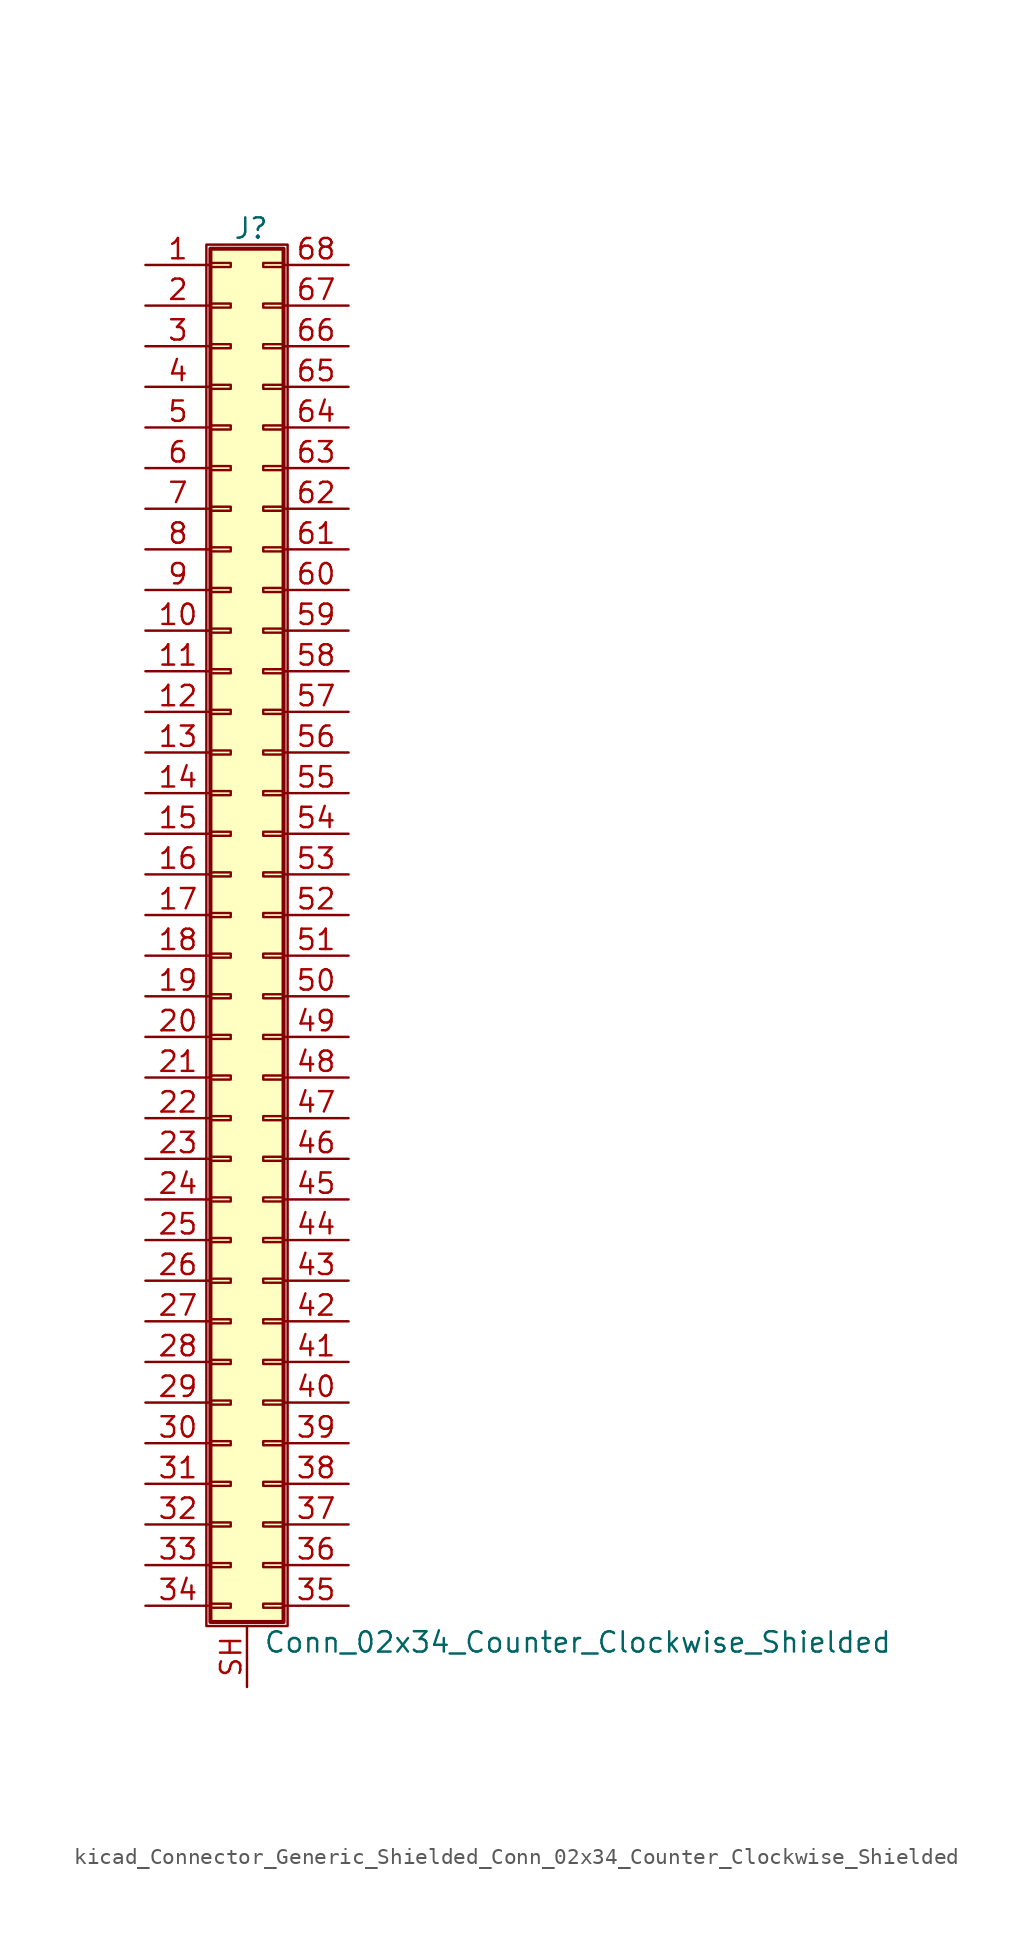
<source format=kicad_sym>
(kicad_symbol_lib
  (version 20220914)
  (generator kicad_symbol_editor)
  (symbol "kicad_Connector_Generic_Shielded_Conn_02x34_Counter_Clockwise_Shielded"
    (pin_names
      (offset 1.016) hide)
    (property "Reference" "J"
      (at 1.524 42.926 0)
      (effects (font (size 1.27 1.27))))
    (property "Value" "Conn_02x34_Counter_Clockwise_Shielded"
      (at 2.286 -45.466 0)
      (effects (font (size 1.27 1.27)) (justify left)))
    (symbol "kicad_Connector_Generic_Shielded_Conn_02x34_Counter_Clockwise_Shielded_1_1"
      (rectangle (start -1.27 41.91) (end 3.81 -44.45) (stroke (width 0.152) (type default)) (fill (type none)))
      (rectangle (start -1.016 -43.053) (end 0.254 -43.307) (stroke (width 0.152) (type default)) (fill (type none)))
      (rectangle (start -1.016 -40.513) (end 0.254 -40.767) (stroke (width 0.152) (type default)) (fill (type none)))
      (rectangle (start -1.016 -37.973) (end 0.254 -38.227) (stroke (width 0.152) (type default)) (fill (type none)))
      (rectangle (start -1.016 -35.433) (end 0.254 -35.687) (stroke (width 0.152) (type default)) (fill (type none)))
      (rectangle (start -1.016 -32.893) (end 0.254 -33.147) (stroke (width 0.152) (type default)) (fill (type none)))
      (rectangle (start -1.016 -30.353) (end 0.254 -30.607) (stroke (width 0.152) (type default)) (fill (type none)))
      (rectangle (start -1.016 -27.813) (end 0.254 -28.067) (stroke (width 0.152) (type default)) (fill (type none)))
      (rectangle (start -1.016 -25.273) (end 0.254 -25.527) (stroke (width 0.152) (type default)) (fill (type none)))
      (rectangle (start -1.016 -22.733) (end 0.254 -22.987) (stroke (width 0.152) (type default)) (fill (type none)))
      (rectangle (start -1.016 -20.193) (end 0.254 -20.447) (stroke (width 0.152) (type default)) (fill (type none)))
      (rectangle (start -1.016 -17.653) (end 0.254 -17.907) (stroke (width 0.152) (type default)) (fill (type none)))
      (rectangle (start -1.016 -15.113) (end 0.254 -15.367) (stroke (width 0.152) (type default)) (fill (type none)))
      (rectangle (start -1.016 -12.573) (end 0.254 -12.827) (stroke (width 0.152) (type default)) (fill (type none)))
      (rectangle (start -1.016 -10.033) (end 0.254 -10.287) (stroke (width 0.152) (type default)) (fill (type none)))
      (rectangle (start -1.016 -7.493) (end 0.254 -7.747) (stroke (width 0.152) (type default)) (fill (type none)))
      (rectangle (start -1.016 -4.953) (end 0.254 -5.207) (stroke (width 0.152) (type default)) (fill (type none)))
      (rectangle (start -1.016 -2.413) (end 0.254 -2.667) (stroke (width 0.152) (type default)) (fill (type none)))
      (rectangle (start -1.016 0.127) (end 0.254 -0.127) (stroke (width 0.152) (type default)) (fill (type none)))
      (rectangle (start -1.016 2.667) (end 0.254 2.413) (stroke (width 0.152) (type default)) (fill (type none)))
      (rectangle (start -1.016 5.207) (end 0.254 4.953) (stroke (width 0.152) (type default)) (fill (type none)))
      (rectangle (start -1.016 7.747) (end 0.254 7.493) (stroke (width 0.152) (type default)) (fill (type none)))
      (rectangle (start -1.016 10.287) (end 0.254 10.033) (stroke (width 0.152) (type default)) (fill (type none)))
      (rectangle (start -1.016 12.827) (end 0.254 12.573) (stroke (width 0.152) (type default)) (fill (type none)))
      (rectangle (start -1.016 15.367) (end 0.254 15.113) (stroke (width 0.152) (type default)) (fill (type none)))
      (rectangle (start -1.016 17.907) (end 0.254 17.653) (stroke (width 0.152) (type default)) (fill (type none)))
      (rectangle (start -1.016 20.447) (end 0.254 20.193) (stroke (width 0.152) (type default)) (fill (type none)))
      (rectangle (start -1.016 22.987) (end 0.254 22.733) (stroke (width 0.152) (type default)) (fill (type none)))
      (rectangle (start -1.016 25.527) (end 0.254 25.273) (stroke (width 0.152) (type default)) (fill (type none)))
      (rectangle (start -1.016 28.067) (end 0.254 27.813) (stroke (width 0.152) (type default)) (fill (type none)))
      (rectangle (start -1.016 30.607) (end 0.254 30.353) (stroke (width 0.152) (type default)) (fill (type none)))
      (rectangle (start -1.016 33.147) (end 0.254 32.893) (stroke (width 0.152) (type default)) (fill (type none)))
      (rectangle (start -1.016 35.687) (end 0.254 35.433) (stroke (width 0.152) (type default)) (fill (type none)))
      (rectangle (start -1.016 38.227) (end 0.254 37.973) (stroke (width 0.152) (type default)) (fill (type none)))
      (rectangle (start -1.016 40.767) (end 0.254 40.513) (stroke (width 0.152) (type default)) (fill (type none)))
      (rectangle (start -1.016 41.656) (end 3.556 -44.196) (stroke (width 0.254) (type default)) (fill (type background)))
      (rectangle (start 3.556 -43.053) (end 2.286 -43.307) (stroke (width 0.152) (type default)) (fill (type none)))
      (rectangle (start 3.556 -40.513) (end 2.286 -40.767) (stroke (width 0.152) (type default)) (fill (type none)))
      (rectangle (start 3.556 -37.973) (end 2.286 -38.227) (stroke (width 0.152) (type default)) (fill (type none)))
      (rectangle (start 3.556 -35.433) (end 2.286 -35.687) (stroke (width 0.152) (type default)) (fill (type none)))
      (rectangle (start 3.556 -32.893) (end 2.286 -33.147) (stroke (width 0.152) (type default)) (fill (type none)))
      (rectangle (start 3.556 -30.353) (end 2.286 -30.607) (stroke (width 0.152) (type default)) (fill (type none)))
      (rectangle (start 3.556 -27.813) (end 2.286 -28.067) (stroke (width 0.152) (type default)) (fill (type none)))
      (rectangle (start 3.556 -25.273) (end 2.286 -25.527) (stroke (width 0.152) (type default)) (fill (type none)))
      (rectangle (start 3.556 -22.733) (end 2.286 -22.987) (stroke (width 0.152) (type default)) (fill (type none)))
      (rectangle (start 3.556 -20.193) (end 2.286 -20.447) (stroke (width 0.152) (type default)) (fill (type none)))
      (rectangle (start 3.556 -17.653) (end 2.286 -17.907) (stroke (width 0.152) (type default)) (fill (type none)))
      (rectangle (start 3.556 -15.113) (end 2.286 -15.367) (stroke (width 0.152) (type default)) (fill (type none)))
      (rectangle (start 3.556 -12.573) (end 2.286 -12.827) (stroke (width 0.152) (type default)) (fill (type none)))
      (rectangle (start 3.556 -10.033) (end 2.286 -10.287) (stroke (width 0.152) (type default)) (fill (type none)))
      (rectangle (start 3.556 -7.493) (end 2.286 -7.747) (stroke (width 0.152) (type default)) (fill (type none)))
      (rectangle (start 3.556 -4.953) (end 2.286 -5.207) (stroke (width 0.152) (type default)) (fill (type none)))
      (rectangle (start 3.556 -2.413) (end 2.286 -2.667) (stroke (width 0.152) (type default)) (fill (type none)))
      (rectangle (start 3.556 0.127) (end 2.286 -0.127) (stroke (width 0.152) (type default)) (fill (type none)))
      (rectangle (start 3.556 2.667) (end 2.286 2.413) (stroke (width 0.152) (type default)) (fill (type none)))
      (rectangle (start 3.556 5.207) (end 2.286 4.953) (stroke (width 0.152) (type default)) (fill (type none)))
      (rectangle (start 3.556 7.747) (end 2.286 7.493) (stroke (width 0.152) (type default)) (fill (type none)))
      (rectangle (start 3.556 10.287) (end 2.286 10.033) (stroke (width 0.152) (type default)) (fill (type none)))
      (rectangle (start 3.556 12.827) (end 2.286 12.573) (stroke (width 0.152) (type default)) (fill (type none)))
      (rectangle (start 3.556 15.367) (end 2.286 15.113) (stroke (width 0.152) (type default)) (fill (type none)))
      (rectangle (start 3.556 17.907) (end 2.286 17.653) (stroke (width 0.152) (type default)) (fill (type none)))
      (rectangle (start 3.556 20.447) (end 2.286 20.193) (stroke (width 0.152) (type default)) (fill (type none)))
      (rectangle (start 3.556 22.987) (end 2.286 22.733) (stroke (width 0.152) (type default)) (fill (type none)))
      (rectangle (start 3.556 25.527) (end 2.286 25.273) (stroke (width 0.152) (type default)) (fill (type none)))
      (rectangle (start 3.556 28.067) (end 2.286 27.813) (stroke (width 0.152) (type default)) (fill (type none)))
      (rectangle (start 3.556 30.607) (end 2.286 30.353) (stroke (width 0.152) (type default)) (fill (type none)))
      (rectangle (start 3.556 33.147) (end 2.286 32.893) (stroke (width 0.152) (type default)) (fill (type none)))
      (rectangle (start 3.556 35.687) (end 2.286 35.433) (stroke (width 0.152) (type default)) (fill (type none)))
      (rectangle (start 3.556 38.227) (end 2.286 37.973) (stroke (width 0.152) (type default)) (fill (type none)))
      (rectangle (start 3.556 40.767) (end 2.286 40.513) (stroke (width 0.152) (type default)) (fill (type none)))
      (pin passive line (at -5.08 40.64 0) (length 4.064) (name "Pin_1" (effects (font (size 1.27 1.27)))) (number "1" (effects (font (size 1.27 1.27)))))
      (pin passive line (at -5.08 17.78 0) (length 4.064) (name "Pin_10" (effects (font (size 1.27 1.27)))) (number "10" (effects (font (size 1.27 1.27)))))
      (pin passive line (at -5.08 15.24 0) (length 4.064) (name "Pin_11" (effects (font (size 1.27 1.27)))) (number "11" (effects (font (size 1.27 1.27)))))
      (pin passive line (at -5.08 12.7 0) (length 4.064) (name "Pin_12" (effects (font (size 1.27 1.27)))) (number "12" (effects (font (size 1.27 1.27)))))
      (pin passive line (at -5.08 10.16 0) (length 4.064) (name "Pin_13" (effects (font (size 1.27 1.27)))) (number "13" (effects (font (size 1.27 1.27)))))
      (pin passive line (at -5.08 7.62 0) (length 4.064) (name "Pin_14" (effects (font (size 1.27 1.27)))) (number "14" (effects (font (size 1.27 1.27)))))
      (pin passive line (at -5.08 5.08 0) (length 4.064) (name "Pin_15" (effects (font (size 1.27 1.27)))) (number "15" (effects (font (size 1.27 1.27)))))
      (pin passive line (at -5.08 2.54 0) (length 4.064) (name "Pin_16" (effects (font (size 1.27 1.27)))) (number "16" (effects (font (size 1.27 1.27)))))
      (pin passive line (at -5.08 0 0) (length 4.064) (name "Pin_17" (effects (font (size 1.27 1.27)))) (number "17" (effects (font (size 1.27 1.27)))))
      (pin passive line (at -5.08 -2.54 0) (length 4.064) (name "Pin_18" (effects (font (size 1.27 1.27)))) (number "18" (effects (font (size 1.27 1.27)))))
      (pin passive line (at -5.08 -5.08 0) (length 4.064) (name "Pin_19" (effects (font (size 1.27 1.27)))) (number "19" (effects (font (size 1.27 1.27)))))
      (pin passive line (at -5.08 38.1 0) (length 4.064) (name "Pin_2" (effects (font (size 1.27 1.27)))) (number "2" (effects (font (size 1.27 1.27)))))
      (pin passive line (at -5.08 -7.62 0) (length 4.064) (name "Pin_20" (effects (font (size 1.27 1.27)))) (number "20" (effects (font (size 1.27 1.27)))))
      (pin passive line (at -5.08 -10.16 0) (length 4.064) (name "Pin_21" (effects (font (size 1.27 1.27)))) (number "21" (effects (font (size 1.27 1.27)))))
      (pin passive line (at -5.08 -12.7 0) (length 4.064) (name "Pin_22" (effects (font (size 1.27 1.27)))) (number "22" (effects (font (size 1.27 1.27)))))
      (pin passive line (at -5.08 -15.24 0) (length 4.064) (name "Pin_23" (effects (font (size 1.27 1.27)))) (number "23" (effects (font (size 1.27 1.27)))))
      (pin passive line (at -5.08 -17.78 0) (length 4.064) (name "Pin_24" (effects (font (size 1.27 1.27)))) (number "24" (effects (font (size 1.27 1.27)))))
      (pin passive line (at -5.08 -20.32 0) (length 4.064) (name "Pin_25" (effects (font (size 1.27 1.27)))) (number "25" (effects (font (size 1.27 1.27)))))
      (pin passive line (at -5.08 -22.86 0) (length 4.064) (name "Pin_26" (effects (font (size 1.27 1.27)))) (number "26" (effects (font (size 1.27 1.27)))))
      (pin passive line (at -5.08 -25.4 0) (length 4.064) (name "Pin_27" (effects (font (size 1.27 1.27)))) (number "27" (effects (font (size 1.27 1.27)))))
      (pin passive line (at -5.08 -27.94 0) (length 4.064) (name "Pin_28" (effects (font (size 1.27 1.27)))) (number "28" (effects (font (size 1.27 1.27)))))
      (pin passive line (at -5.08 -30.48 0) (length 4.064) (name "Pin_29" (effects (font (size 1.27 1.27)))) (number "29" (effects (font (size 1.27 1.27)))))
      (pin passive line (at -5.08 35.56 0) (length 4.064) (name "Pin_3" (effects (font (size 1.27 1.27)))) (number "3" (effects (font (size 1.27 1.27)))))
      (pin passive line (at -5.08 -33.02 0) (length 4.064) (name "Pin_30" (effects (font (size 1.27 1.27)))) (number "30" (effects (font (size 1.27 1.27)))))
      (pin passive line (at -5.08 -35.56 0) (length 4.064) (name "Pin_31" (effects (font (size 1.27 1.27)))) (number "31" (effects (font (size 1.27 1.27)))))
      (pin passive line (at -5.08 -38.1 0) (length 4.064) (name "Pin_32" (effects (font (size 1.27 1.27)))) (number "32" (effects (font (size 1.27 1.27)))))
      (pin passive line (at -5.08 -40.64 0) (length 4.064) (name "Pin_33" (effects (font (size 1.27 1.27)))) (number "33" (effects (font (size 1.27 1.27)))))
      (pin passive line (at -5.08 -43.18 0) (length 4.064) (name "Pin_34" (effects (font (size 1.27 1.27)))) (number "34" (effects (font (size 1.27 1.27)))))
      (pin passive line (at 7.62 -43.18 180) (length 4.064) (name "Pin_35" (effects (font (size 1.27 1.27)))) (number "35" (effects (font (size 1.27 1.27)))))
      (pin passive line (at 7.62 -40.64 180) (length 4.064) (name "Pin_36" (effects (font (size 1.27 1.27)))) (number "36" (effects (font (size 1.27 1.27)))))
      (pin passive line (at 7.62 -38.1 180) (length 4.064) (name "Pin_37" (effects (font (size 1.27 1.27)))) (number "37" (effects (font (size 1.27 1.27)))))
      (pin passive line (at 7.62 -35.56 180) (length 4.064) (name "Pin_38" (effects (font (size 1.27 1.27)))) (number "38" (effects (font (size 1.27 1.27)))))
      (pin passive line (at 7.62 -33.02 180) (length 4.064) (name "Pin_39" (effects (font (size 1.27 1.27)))) (number "39" (effects (font (size 1.27 1.27)))))
      (pin passive line (at -5.08 33.02 0) (length 4.064) (name "Pin_4" (effects (font (size 1.27 1.27)))) (number "4" (effects (font (size 1.27 1.27)))))
      (pin passive line (at 7.62 -30.48 180) (length 4.064) (name "Pin_40" (effects (font (size 1.27 1.27)))) (number "40" (effects (font (size 1.27 1.27)))))
      (pin passive line (at 7.62 -27.94 180) (length 4.064) (name "Pin_41" (effects (font (size 1.27 1.27)))) (number "41" (effects (font (size 1.27 1.27)))))
      (pin passive line (at 7.62 -25.4 180) (length 4.064) (name "Pin_42" (effects (font (size 1.27 1.27)))) (number "42" (effects (font (size 1.27 1.27)))))
      (pin passive line (at 7.62 -22.86 180) (length 4.064) (name "Pin_43" (effects (font (size 1.27 1.27)))) (number "43" (effects (font (size 1.27 1.27)))))
      (pin passive line (at 7.62 -20.32 180) (length 4.064) (name "Pin_44" (effects (font (size 1.27 1.27)))) (number "44" (effects (font (size 1.27 1.27)))))
      (pin passive line (at 7.62 -17.78 180) (length 4.064) (name "Pin_45" (effects (font (size 1.27 1.27)))) (number "45" (effects (font (size 1.27 1.27)))))
      (pin passive line (at 7.62 -15.24 180) (length 4.064) (name "Pin_46" (effects (font (size 1.27 1.27)))) (number "46" (effects (font (size 1.27 1.27)))))
      (pin passive line (at 7.62 -12.7 180) (length 4.064) (name "Pin_47" (effects (font (size 1.27 1.27)))) (number "47" (effects (font (size 1.27 1.27)))))
      (pin passive line (at 7.62 -10.16 180) (length 4.064) (name "Pin_48" (effects (font (size 1.27 1.27)))) (number "48" (effects (font (size 1.27 1.27)))))
      (pin passive line (at 7.62 -7.62 180) (length 4.064) (name "Pin_49" (effects (font (size 1.27 1.27)))) (number "49" (effects (font (size 1.27 1.27)))))
      (pin passive line (at -5.08 30.48 0) (length 4.064) (name "Pin_5" (effects (font (size 1.27 1.27)))) (number "5" (effects (font (size 1.27 1.27)))))
      (pin passive line (at 7.62 -5.08 180) (length 4.064) (name "Pin_50" (effects (font (size 1.27 1.27)))) (number "50" (effects (font (size 1.27 1.27)))))
      (pin passive line (at 7.62 -2.54 180) (length 4.064) (name "Pin_51" (effects (font (size 1.27 1.27)))) (number "51" (effects (font (size 1.27 1.27)))))
      (pin passive line (at 7.62 0 180) (length 4.064) (name "Pin_52" (effects (font (size 1.27 1.27)))) (number "52" (effects (font (size 1.27 1.27)))))
      (pin passive line (at 7.62 2.54 180) (length 4.064) (name "Pin_53" (effects (font (size 1.27 1.27)))) (number "53" (effects (font (size 1.27 1.27)))))
      (pin passive line (at 7.62 5.08 180) (length 4.064) (name "Pin_54" (effects (font (size 1.27 1.27)))) (number "54" (effects (font (size 1.27 1.27)))))
      (pin passive line (at 7.62 7.62 180) (length 4.064) (name "Pin_55" (effects (font (size 1.27 1.27)))) (number "55" (effects (font (size 1.27 1.27)))))
      (pin passive line (at 7.62 10.16 180) (length 4.064) (name "Pin_56" (effects (font (size 1.27 1.27)))) (number "56" (effects (font (size 1.27 1.27)))))
      (pin passive line (at 7.62 12.7 180) (length 4.064) (name "Pin_57" (effects (font (size 1.27 1.27)))) (number "57" (effects (font (size 1.27 1.27)))))
      (pin passive line (at 7.62 15.24 180) (length 4.064) (name "Pin_58" (effects (font (size 1.27 1.27)))) (number "58" (effects (font (size 1.27 1.27)))))
      (pin passive line (at 7.62 17.78 180) (length 4.064) (name "Pin_59" (effects (font (size 1.27 1.27)))) (number "59" (effects (font (size 1.27 1.27)))))
      (pin passive line (at -5.08 27.94 0) (length 4.064) (name "Pin_6" (effects (font (size 1.27 1.27)))) (number "6" (effects (font (size 1.27 1.27)))))
      (pin passive line (at 7.62 20.32 180) (length 4.064) (name "Pin_60" (effects (font (size 1.27 1.27)))) (number "60" (effects (font (size 1.27 1.27)))))
      (pin passive line (at 7.62 22.86 180) (length 4.064) (name "Pin_61" (effects (font (size 1.27 1.27)))) (number "61" (effects (font (size 1.27 1.27)))))
      (pin passive line (at 7.62 25.4 180) (length 4.064) (name "Pin_62" (effects (font (size 1.27 1.27)))) (number "62" (effects (font (size 1.27 1.27)))))
      (pin passive line (at 7.62 27.94 180) (length 4.064) (name "Pin_63" (effects (font (size 1.27 1.27)))) (number "63" (effects (font (size 1.27 1.27)))))
      (pin passive line (at 7.62 30.48 180) (length 4.064) (name "Pin_64" (effects (font (size 1.27 1.27)))) (number "64" (effects (font (size 1.27 1.27)))))
      (pin passive line (at 7.62 33.02 180) (length 4.064) (name "Pin_65" (effects (font (size 1.27 1.27)))) (number "65" (effects (font (size 1.27 1.27)))))
      (pin passive line (at 7.62 35.56 180) (length 4.064) (name "Pin_66" (effects (font (size 1.27 1.27)))) (number "66" (effects (font (size 1.27 1.27)))))
      (pin passive line (at 7.62 38.1 180) (length 4.064) (name "Pin_67" (effects (font (size 1.27 1.27)))) (number "67" (effects (font (size 1.27 1.27)))))
      (pin passive line (at 7.62 40.64 180) (length 4.064) (name "Pin_68" (effects (font (size 1.27 1.27)))) (number "68" (effects (font (size 1.27 1.27)))))
      (pin passive line (at -5.08 25.4 0) (length 4.064) (name "Pin_7" (effects (font (size 1.27 1.27)))) (number "7" (effects (font (size 1.27 1.27)))))
      (pin passive line (at -5.08 22.86 0) (length 4.064) (name "Pin_8" (effects (font (size 1.27 1.27)))) (number "8" (effects (font (size 1.27 1.27)))))
      (pin passive line (at -5.08 20.32 0) (length 4.064) (name "Pin_9" (effects (font (size 1.27 1.27)))) (number "9" (effects (font (size 1.27 1.27)))))
      (pin passive line (at 1.27 -48.26 90) (length 3.81) (name "Shield" (effects (font (size 1.27 1.27)))) (number "SH" (effects (font (size 1.27 1.27))))))))
</source>
